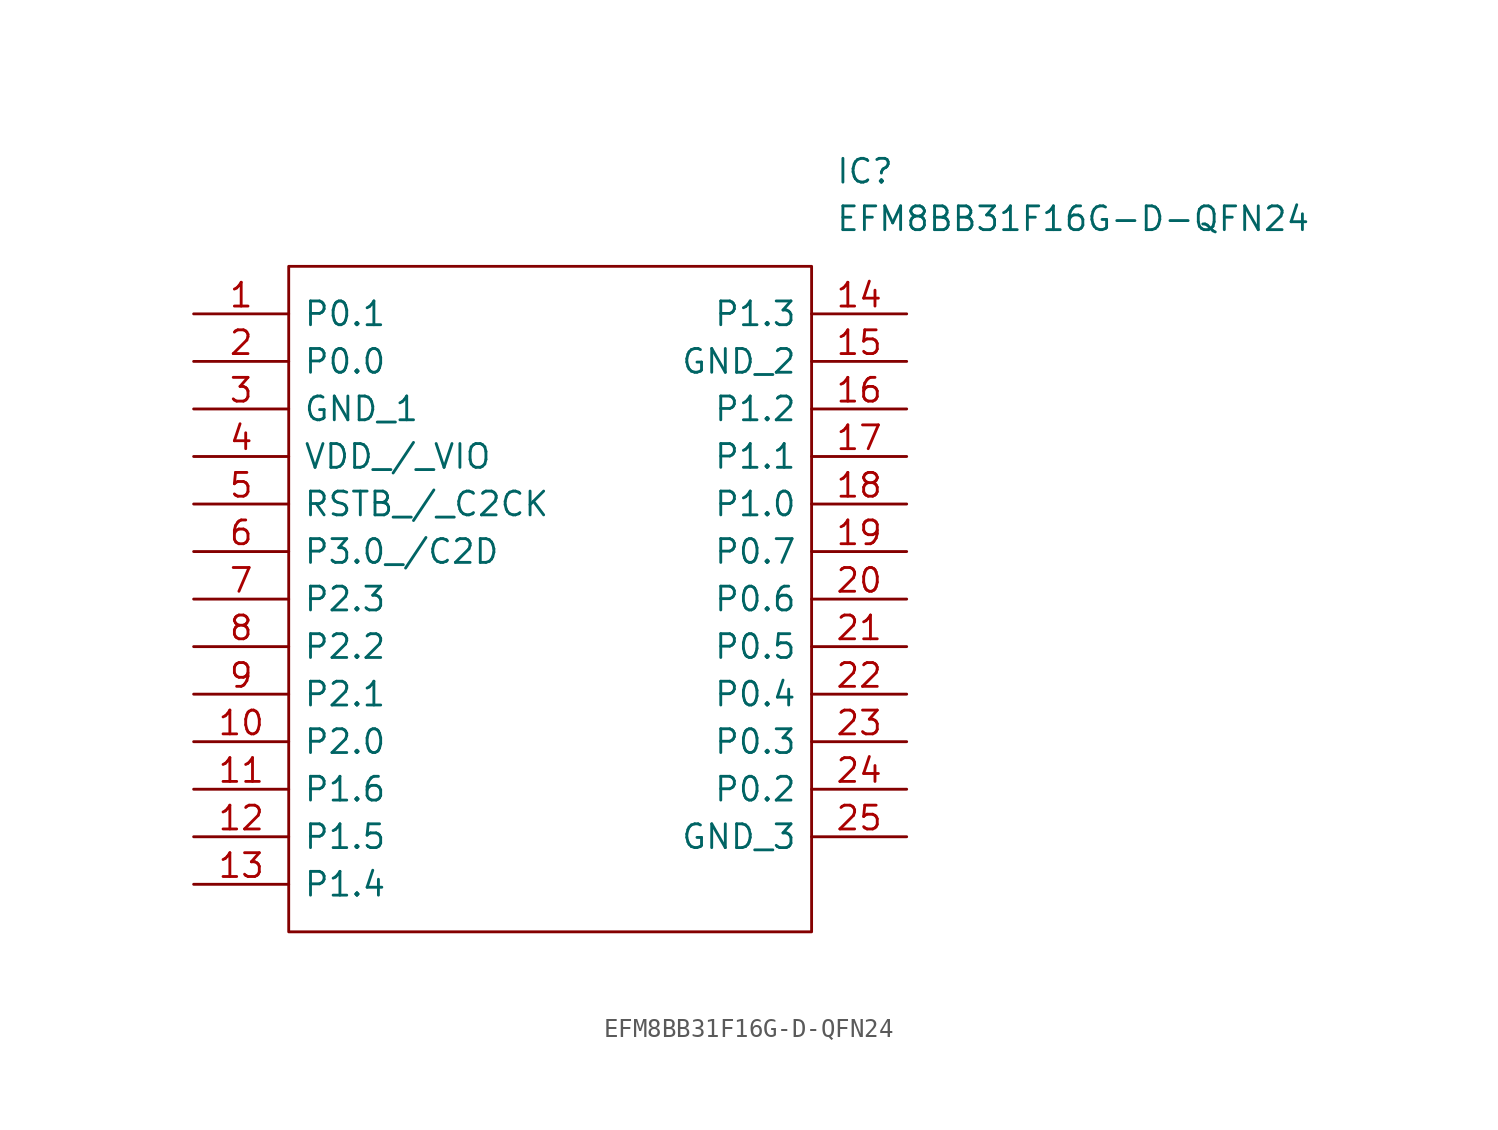
<source format=kicad_sym>
(kicad_symbol_lib
  (version 20211014)
  (generator kicad_symbol_editor)
  (symbol "EFM8BB31F16G-D-QFN24"
    (pin_names
      (offset 0.762))
    (property "Reference" "IC"
      (at 34.29 7.62 0)
      (effects (font (size 1.27 1.27)) (justify left)))
    (property "Value" "EFM8BB31F16G-D-QFN24"
      (at 34.29 5.08 0)
      (effects (font (size 1.27 1.27)) (justify left)))
    (symbol "EFM8BB31F16G-D-QFN24_0_0"
      (pin passive line (at 0 0 0) (length 5.08) (name "P0.1" (effects (font (size 1.27 1.27)))) (number "1" (effects (font (size 1.27 1.27)))))
      (pin passive line (at 0 -22.86 0) (length 5.08) (name "P2.0" (effects (font (size 1.27 1.27)))) (number "10" (effects (font (size 1.27 1.27)))))
      (pin passive line (at 0 -25.4 0) (length 5.08) (name "P1.6" (effects (font (size 1.27 1.27)))) (number "11" (effects (font (size 1.27 1.27)))))
      (pin passive line (at 0 -27.94 0) (length 5.08) (name "P1.5" (effects (font (size 1.27 1.27)))) (number "12" (effects (font (size 1.27 1.27)))))
      (pin passive line (at 0 -30.48 0) (length 5.08) (name "P1.4" (effects (font (size 1.27 1.27)))) (number "13" (effects (font (size 1.27 1.27)))))
      (pin passive line (at 38.1 0 180) (length 5.08) (name "P1.3" (effects (font (size 1.27 1.27)))) (number "14" (effects (font (size 1.27 1.27)))))
      (pin passive line (at 38.1 -2.54 180) (length 5.08) (name "GND_2" (effects (font (size 1.27 1.27)))) (number "15" (effects (font (size 1.27 1.27)))))
      (pin passive line (at 38.1 -5.08 180) (length 5.08) (name "P1.2" (effects (font (size 1.27 1.27)))) (number "16" (effects (font (size 1.27 1.27)))))
      (pin passive line (at 38.1 -7.62 180) (length 5.08) (name "P1.1" (effects (font (size 1.27 1.27)))) (number "17" (effects (font (size 1.27 1.27)))))
      (pin passive line (at 38.1 -10.16 180) (length 5.08) (name "P1.0" (effects (font (size 1.27 1.27)))) (number "18" (effects (font (size 1.27 1.27)))))
      (pin passive line (at 38.1 -12.7 180) (length 5.08) (name "P0.7" (effects (font (size 1.27 1.27)))) (number "19" (effects (font (size 1.27 1.27)))))
      (pin passive line (at 0 -2.54 0) (length 5.08) (name "P0.0" (effects (font (size 1.27 1.27)))) (number "2" (effects (font (size 1.27 1.27)))))
      (pin passive line (at 38.1 -15.24 180) (length 5.08) (name "P0.6" (effects (font (size 1.27 1.27)))) (number "20" (effects (font (size 1.27 1.27)))))
      (pin passive line (at 38.1 -17.78 180) (length 5.08) (name "P0.5" (effects (font (size 1.27 1.27)))) (number "21" (effects (font (size 1.27 1.27)))))
      (pin passive line (at 38.1 -20.32 180) (length 5.08) (name "P0.4" (effects (font (size 1.27 1.27)))) (number "22" (effects (font (size 1.27 1.27)))))
      (pin passive line (at 38.1 -22.86 180) (length 5.08) (name "P0.3" (effects (font (size 1.27 1.27)))) (number "23" (effects (font (size 1.27 1.27)))))
      (pin passive line (at 38.1 -25.4 180) (length 5.08) (name "P0.2" (effects (font (size 1.27 1.27)))) (number "24" (effects (font (size 1.27 1.27)))))
      (pin passive line (at 38.1 -27.94 180) (length 5.08) (name "GND_3" (effects (font (size 1.27 1.27)))) (number "25" (effects (font (size 1.27 1.27)))))
      (pin passive line (at 0 -5.08 0) (length 5.08) (name "GND_1" (effects (font (size 1.27 1.27)))) (number "3" (effects (font (size 1.27 1.27)))))
      (pin passive line (at 0 -7.62 0) (length 5.08) (name "VDD_/_VIO" (effects (font (size 1.27 1.27)))) (number "4" (effects (font (size 1.27 1.27)))))
      (pin passive line (at 0 -10.16 0) (length 5.08) (name "RSTB_/_C2CK" (effects (font (size 1.27 1.27)))) (number "5" (effects (font (size 1.27 1.27)))))
      (pin passive line (at 0 -12.7 0) (length 5.08) (name "P3.0_/C2D" (effects (font (size 1.27 1.27)))) (number "6" (effects (font (size 1.27 1.27)))))
      (pin passive line (at 0 -15.24 0) (length 5.08) (name "P2.3" (effects (font (size 1.27 1.27)))) (number "7" (effects (font (size 1.27 1.27)))))
      (pin passive line (at 0 -17.78 0) (length 5.08) (name "P2.2" (effects (font (size 1.27 1.27)))) (number "8" (effects (font (size 1.27 1.27)))))
      (pin passive line (at 0 -20.32 0) (length 5.08) (name "P2.1" (effects (font (size 1.27 1.27)))) (number "9" (effects (font (size 1.27 1.27))))))
    (symbol "EFM8BB31F16G-D-QFN24_0_1"
      (polyline (pts (xy 5.08 2.54) (xy 33.02 2.54) (xy 33.02 -33.02) (xy 5.08 -33.02) (xy 5.08 2.54)) (stroke (width 0.152) (type default) (color 0 0 0 0)) (fill (type none))))))
</source>
